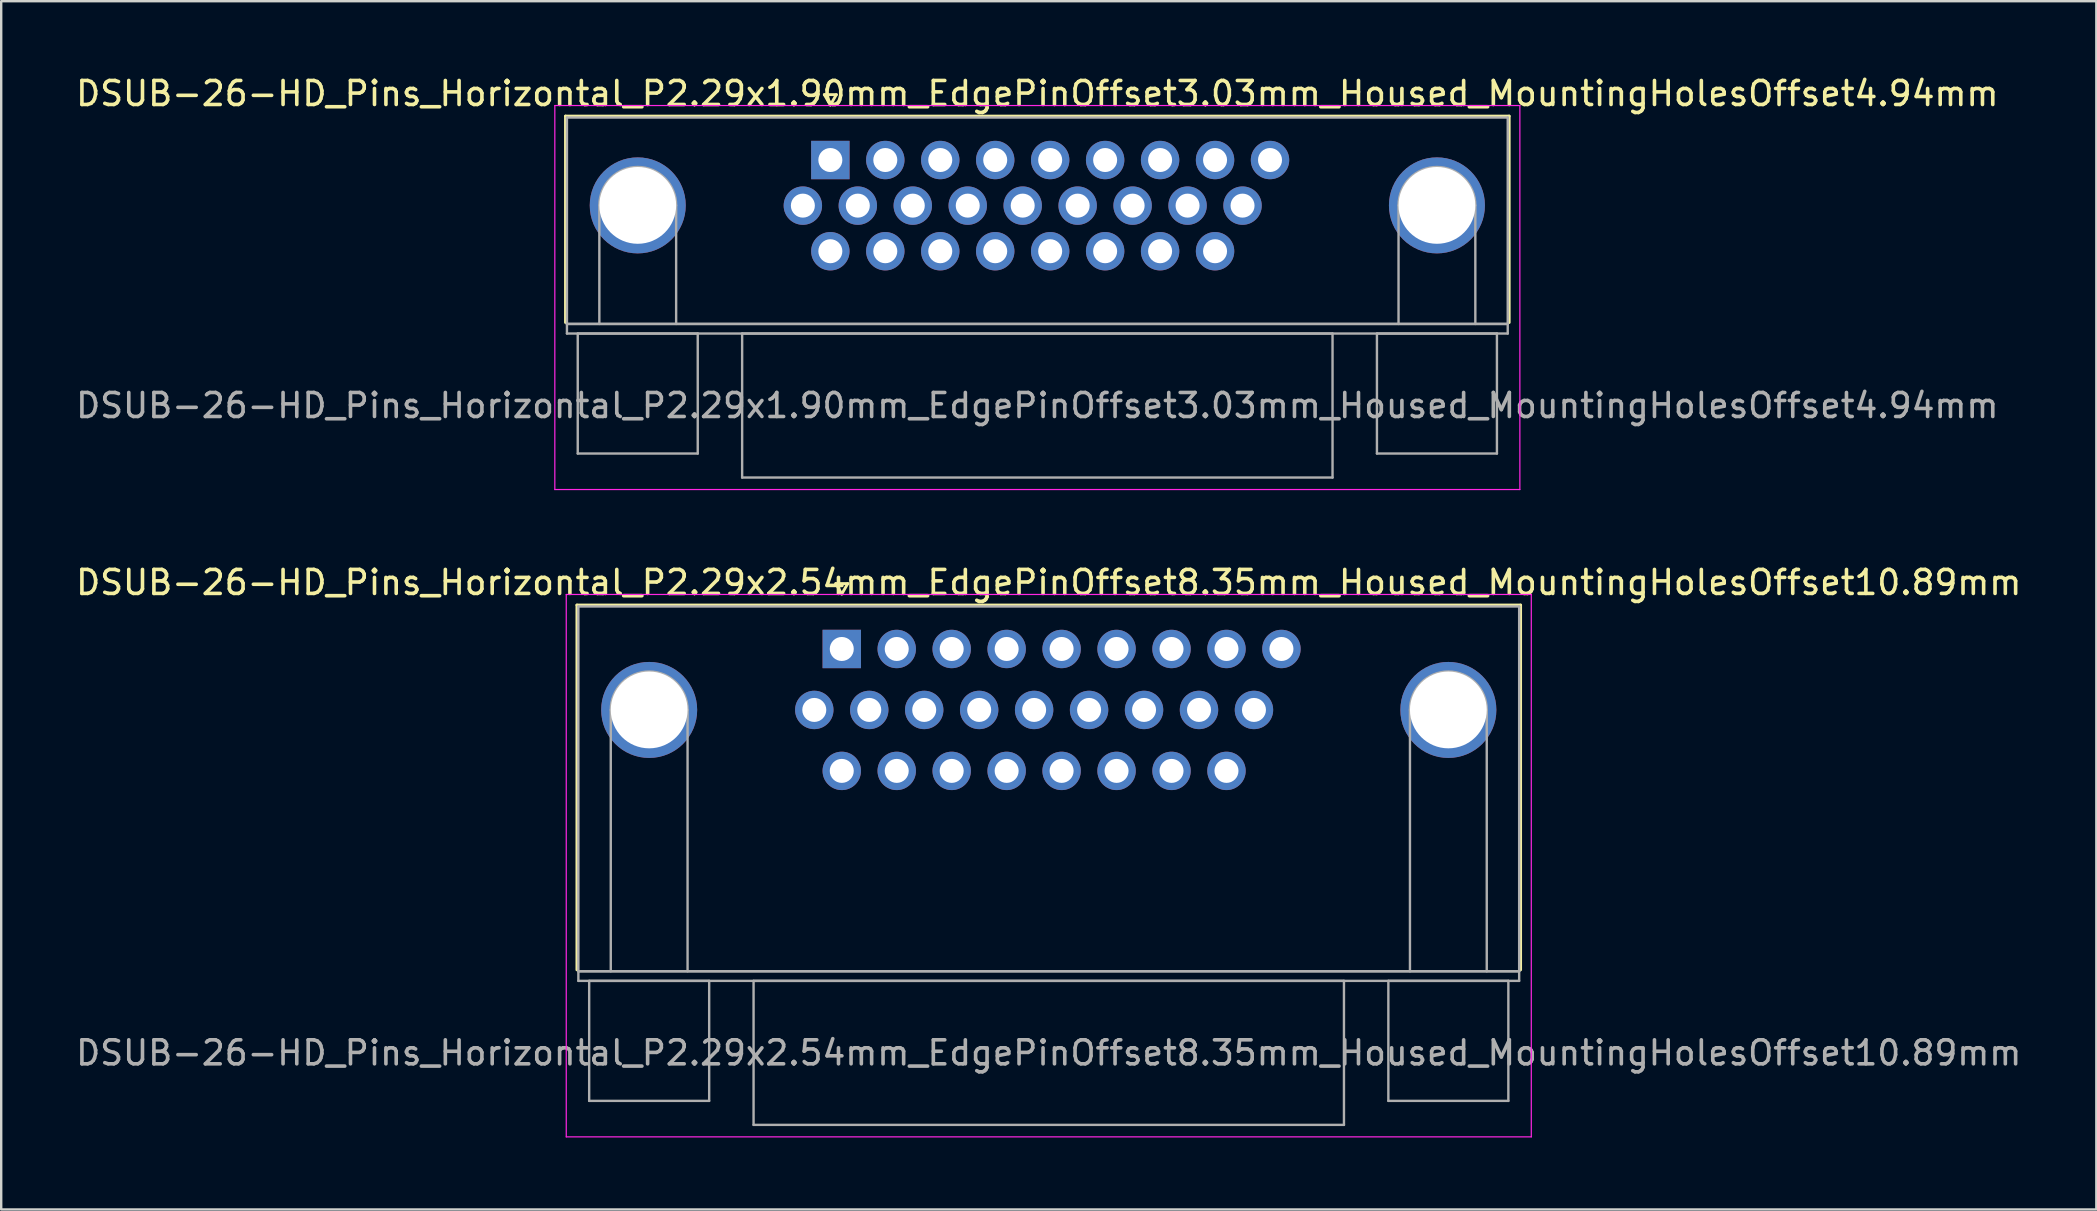
<source format=kicad_pcb>
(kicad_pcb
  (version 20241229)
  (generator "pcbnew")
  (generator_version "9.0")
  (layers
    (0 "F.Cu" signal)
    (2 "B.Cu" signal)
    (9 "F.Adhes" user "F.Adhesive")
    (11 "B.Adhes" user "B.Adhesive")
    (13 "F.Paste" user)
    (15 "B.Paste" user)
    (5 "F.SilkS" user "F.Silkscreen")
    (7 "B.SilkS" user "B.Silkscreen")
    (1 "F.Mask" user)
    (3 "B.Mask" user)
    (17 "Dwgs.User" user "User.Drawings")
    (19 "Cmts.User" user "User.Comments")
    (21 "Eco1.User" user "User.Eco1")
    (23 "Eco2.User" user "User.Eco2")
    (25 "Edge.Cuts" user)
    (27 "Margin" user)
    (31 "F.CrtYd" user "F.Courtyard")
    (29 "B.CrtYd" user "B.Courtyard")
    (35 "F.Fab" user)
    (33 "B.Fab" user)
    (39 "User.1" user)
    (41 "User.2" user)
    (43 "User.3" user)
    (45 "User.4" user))
  (footprint "DSUB-26-HD_Pins_Horizontal_P2.29x2.54mm_EdgePinOffset8.35mm_Housed_MountingHolesOffset10.89mm"
    (layer "F.Cu")
    (at 32.024 23.991)
    (property "Reference" "DSUB-26-HD_Pins_Horizontal_P2.29x2.54mm_EdgePinOffset8.35mm_Housed_MountingHolesOffset10.89mm" (at 8.625 -2.77 0) (layer "F.SilkS") (effects (font (size 1 1) (thickness 0.15))))
    (attr through_hole)
    (fp_line (start -11.035 -1.83) (end 28.285 -1.83) (stroke (width 0.12) (type solid)) (layer "F.SilkS"))
    (fp_line (start -11.035 13.37) (end -11.035 -1.83) (stroke (width 0.12) (type solid)) (layer "F.SilkS"))
    (fp_line (start -0.25 -2.724) (end 0.25 -2.724) (stroke (width 0.12) (type solid)) (layer "F.SilkS"))
    (fp_line (start 0 -2.291) (end -0.25 -2.724) (stroke (width 0.12) (type solid)) (layer "F.SilkS"))
    (fp_line (start 0.25 -2.724) (end 0 -2.291) (stroke (width 0.12) (type solid)) (layer "F.SilkS"))
    (fp_line (start 28.285 -1.83) (end 28.285 13.37) (stroke (width 0.12) (type solid)) (layer "F.SilkS"))
    (fp_line (start -11.48 -2.27) (end -11.48 20.33) (stroke (width 0.05) (type solid)) (layer "F.CrtYd"))
    (fp_line (start -11.48 20.33) (end 28.73 20.33) (stroke (width 0.05) (type solid)) (layer "F.CrtYd"))
    (fp_line (start 28.73 -2.27) (end -11.48 -2.27) (stroke (width 0.05) (type solid)) (layer "F.CrtYd"))
    (fp_line (start 28.73 20.33) (end 28.73 -2.27) (stroke (width 0.05) (type solid)) (layer "F.CrtYd"))
    (fp_line (start -10.975 -1.77) (end -10.975 13.43) (stroke (width 0.1) (type solid)) (layer "F.Fab"))
    (fp_line (start -10.975 13.43) (end -10.975 13.83) (stroke (width 0.1) (type solid)) (layer "F.Fab"))
    (fp_line (start -10.975 13.43) (end 28.225 13.43) (stroke (width 0.1) (type solid)) (layer "F.Fab"))
    (fp_line (start -10.975 13.83) (end 28.225 13.83) (stroke (width 0.1) (type solid)) (layer "F.Fab"))
    (fp_line (start -10.525 13.83) (end -10.525 18.83) (stroke (width 0.1) (type solid)) (layer "F.Fab"))
    (fp_line (start -10.525 18.83) (end -5.525 18.83) (stroke (width 0.1) (type solid)) (layer "F.Fab"))
    (fp_line (start -9.625 13.43) (end -9.625 2.54) (stroke (width 0.1) (type solid)) (layer "F.Fab"))
    (fp_line (start -6.425 13.43) (end -6.425 2.54) (stroke (width 0.1) (type solid)) (layer "F.Fab"))
    (fp_line (start -5.525 13.83) (end -10.525 13.83) (stroke (width 0.1) (type solid)) (layer "F.Fab"))
    (fp_line (start -5.525 18.83) (end -5.525 13.83) (stroke (width 0.1) (type solid)) (layer "F.Fab"))
    (fp_line (start -3.675 13.83) (end -3.675 19.83) (stroke (width 0.1) (type solid)) (layer "F.Fab"))
    (fp_line (start -3.675 19.83) (end 20.925 19.83) (stroke (width 0.1) (type solid)) (layer "F.Fab"))
    (fp_line (start 20.925 13.83) (end -3.675 13.83) (stroke (width 0.1) (type solid)) (layer "F.Fab"))
    (fp_line (start 20.925 19.83) (end 20.925 13.83) (stroke (width 0.1) (type solid)) (layer "F.Fab"))
    (fp_line (start 22.775 13.83) (end 22.775 18.83) (stroke (width 0.1) (type solid)) (layer "F.Fab"))
    (fp_line (start 22.775 18.83) (end 27.775 18.83) (stroke (width 0.1) (type solid)) (layer "F.Fab"))
    (fp_line (start 23.675 13.43) (end 23.675 2.54) (stroke (width 0.1) (type solid)) (layer "F.Fab"))
    (fp_line (start 26.875 13.43) (end 26.875 2.54) (stroke (width 0.1) (type solid)) (layer "F.Fab"))
    (fp_line (start 27.775 13.83) (end 22.775 13.83) (stroke (width 0.1) (type solid)) (layer "F.Fab"))
    (fp_line (start 27.775 18.83) (end 27.775 13.83) (stroke (width 0.1) (type solid)) (layer "F.Fab"))
    (fp_line (start 28.225 -1.77) (end -10.975 -1.77) (stroke (width 0.1) (type solid)) (layer "F.Fab"))
    (fp_line (start 28.225 13.43) (end -10.975 13.43) (stroke (width 0.1) (type solid)) (layer "F.Fab"))
    (fp_line (start 28.225 13.43) (end 28.225 -1.77) (stroke (width 0.1) (type solid)) (layer "F.Fab"))
    (fp_line (start 28.225 13.83) (end 28.225 13.43) (stroke (width 0.1) (type solid)) (layer "F.Fab"))
    (fp_arc (start -9.625 2.54) (mid -8.025 0.94) (end -6.425 2.54) (stroke (width 0.1) (type solid)) (layer "F.Fab"))
    (fp_arc (start 23.675 2.54) (mid 25.275 0.94) (end 26.875 2.54) (stroke (width 0.1) (type solid)) (layer "F.Fab"))
    (fp_text user "${REFERENCE}" (at 8.625 16.83 0) (layer "F.Fab") (effects (font (size 1 1) (thickness 0.15))))
    (pad "0" thru_hole circle (at -8.025 2.54) (size 4 4) (drill 3.2) (layers "*.Cu" "*.Mask"))
    (pad "0" thru_hole circle (at 25.275 2.54) (size 4 4) (drill 3.2) (layers "*.Cu" "*.Mask"))
    (pad "1" thru_hole rect (at 0 0) (size 1.6 1.6) (drill 1) (layers "*.Cu" "*.Mask"))
    (pad "2" thru_hole circle (at 2.29 0) (size 1.6 1.6) (drill 1) (layers "*.Cu" "*.Mask"))
    (pad "3" thru_hole circle (at 4.58 0) (size 1.6 1.6) (drill 1) (layers "*.Cu" "*.Mask"))
    (pad "4" thru_hole circle (at 6.87 0) (size 1.6 1.6) (drill 1) (layers "*.Cu" "*.Mask"))
    (pad "5" thru_hole circle (at 9.16 0) (size 1.6 1.6) (drill 1) (layers "*.Cu" "*.Mask"))
    (pad "6" thru_hole circle (at 11.45 0) (size 1.6 1.6) (drill 1) (layers "*.Cu" "*.Mask"))
    (pad "7" thru_hole circle (at 13.74 0) (size 1.6 1.6) (drill 1) (layers "*.Cu" "*.Mask"))
    (pad "8" thru_hole circle (at 16.03 0) (size 1.6 1.6) (drill 1) (layers "*.Cu" "*.Mask"))
    (pad "9" thru_hole circle (at 18.32 0) (size 1.6 1.6) (drill 1) (layers "*.Cu" "*.Mask"))
    (pad "10" thru_hole circle (at -1.145 2.54) (size 1.6 1.6) (drill 1) (layers "*.Cu" "*.Mask"))
    (pad "11" thru_hole circle (at 1.145 2.54) (size 1.6 1.6) (drill 1) (layers "*.Cu" "*.Mask"))
    (pad "12" thru_hole circle (at 3.435 2.54) (size 1.6 1.6) (drill 1) (layers "*.Cu" "*.Mask"))
    (pad "13" thru_hole circle (at 5.725 2.54) (size 1.6 1.6) (drill 1) (layers "*.Cu" "*.Mask"))
    (pad "14" thru_hole circle (at 8.015 2.54) (size 1.6 1.6) (drill 1) (layers "*.Cu" "*.Mask"))
    (pad "15" thru_hole circle (at 10.305 2.54) (size 1.6 1.6) (drill 1) (layers "*.Cu" "*.Mask"))
    (pad "16" thru_hole circle (at 12.595 2.54) (size 1.6 1.6) (drill 1) (layers "*.Cu" "*.Mask"))
    (pad "17" thru_hole circle (at 14.885 2.54) (size 1.6 1.6) (drill 1) (layers "*.Cu" "*.Mask"))
    (pad "18" thru_hole circle (at 17.175 2.54) (size 1.6 1.6) (drill 1) (layers "*.Cu" "*.Mask"))
    (pad "19" thru_hole circle (at 0 5.08) (size 1.6 1.6) (drill 1) (layers "*.Cu" "*.Mask"))
    (pad "20" thru_hole circle (at 2.29 5.08) (size 1.6 1.6) (drill 1) (layers "*.Cu" "*.Mask"))
    (pad "21" thru_hole circle (at 4.58 5.08) (size 1.6 1.6) (drill 1) (layers "*.Cu" "*.Mask"))
    (pad "22" thru_hole circle (at 6.87 5.08) (size 1.6 1.6) (drill 1) (layers "*.Cu" "*.Mask"))
    (pad "23" thru_hole circle (at 9.16 5.08) (size 1.6 1.6) (drill 1) (layers "*.Cu" "*.Mask"))
    (pad "24" thru_hole circle (at 11.45 5.08) (size 1.6 1.6) (drill 1) (layers "*.Cu" "*.Mask"))
    (pad "25" thru_hole circle (at 13.74 5.08) (size 1.6 1.6) (drill 1) (layers "*.Cu" "*.Mask"))
    (pad "26" thru_hole circle (at 16.03 5.08) (size 1.6 1.6) (drill 1) (layers "*.Cu" "*.Mask")))
  (footprint "DSUB-26-HD_Pins_Horizontal_P2.29x1.90mm_EdgePinOffset3.03mm_Housed_MountingHolesOffset4.94mm"
    (layer "F.Cu")
    (at 31.548 3.618)
    (property "Reference" "DSUB-26-HD_Pins_Horizontal_P2.29x1.90mm_EdgePinOffset3.03mm_Housed_MountingHolesOffset4.94mm" (at 8.625 -2.77 0) (layer "F.SilkS") (effects (font (size 1 1) (thickness 0.15))))
    (attr through_hole)
    (fp_line (start -11.035 -1.83) (end 28.285 -1.83) (stroke (width 0.12) (type solid)) (layer "F.SilkS"))
    (fp_line (start -11.035 6.77) (end -11.035 -1.83) (stroke (width 0.12) (type solid)) (layer "F.SilkS"))
    (fp_line (start -0.25 -2.724) (end 0.25 -2.724) (stroke (width 0.12) (type solid)) (layer "F.SilkS"))
    (fp_line (start 0 -2.291) (end -0.25 -2.724) (stroke (width 0.12) (type solid)) (layer "F.SilkS"))
    (fp_line (start 0.25 -2.724) (end 0 -2.291) (stroke (width 0.12) (type solid)) (layer "F.SilkS"))
    (fp_line (start 28.285 -1.83) (end 28.285 6.77) (stroke (width 0.12) (type solid)) (layer "F.SilkS"))
    (fp_line (start -11.48 -2.27) (end -11.48 13.73) (stroke (width 0.05) (type solid)) (layer "F.CrtYd"))
    (fp_line (start -11.48 13.73) (end 28.73 13.73) (stroke (width 0.05) (type solid)) (layer "F.CrtYd"))
    (fp_line (start 28.73 -2.27) (end -11.48 -2.27) (stroke (width 0.05) (type solid)) (layer "F.CrtYd"))
    (fp_line (start 28.73 13.73) (end 28.73 -2.27) (stroke (width 0.05) (type solid)) (layer "F.CrtYd"))
    (fp_line (start -10.975 -1.77) (end -10.975 6.83) (stroke (width 0.1) (type solid)) (layer "F.Fab"))
    (fp_line (start -10.975 6.83) (end -10.975 7.23) (stroke (width 0.1) (type solid)) (layer "F.Fab"))
    (fp_line (start -10.975 6.83) (end 28.225 6.83) (stroke (width 0.1) (type solid)) (layer "F.Fab"))
    (fp_line (start -10.975 7.23) (end 28.225 7.23) (stroke (width 0.1) (type solid)) (layer "F.Fab"))
    (fp_line (start -10.525 7.23) (end -10.525 12.23) (stroke (width 0.1) (type solid)) (layer "F.Fab"))
    (fp_line (start -10.525 12.23) (end -5.525 12.23) (stroke (width 0.1) (type solid)) (layer "F.Fab"))
    (fp_line (start -9.625 6.83) (end -9.625 1.89) (stroke (width 0.1) (type solid)) (layer "F.Fab"))
    (fp_line (start -6.425 6.83) (end -6.425 1.89) (stroke (width 0.1) (type solid)) (layer "F.Fab"))
    (fp_line (start -5.525 7.23) (end -10.525 7.23) (stroke (width 0.1) (type solid)) (layer "F.Fab"))
    (fp_line (start -5.525 12.23) (end -5.525 7.23) (stroke (width 0.1) (type solid)) (layer "F.Fab"))
    (fp_line (start -3.675 7.23) (end -3.675 13.23) (stroke (width 0.1) (type solid)) (layer "F.Fab"))
    (fp_line (start -3.675 13.23) (end 20.925 13.23) (stroke (width 0.1) (type solid)) (layer "F.Fab"))
    (fp_line (start 20.925 7.23) (end -3.675 7.23) (stroke (width 0.1) (type solid)) (layer "F.Fab"))
    (fp_line (start 20.925 13.23) (end 20.925 7.23) (stroke (width 0.1) (type solid)) (layer "F.Fab"))
    (fp_line (start 22.775 7.23) (end 22.775 12.23) (stroke (width 0.1) (type solid)) (layer "F.Fab"))
    (fp_line (start 22.775 12.23) (end 27.775 12.23) (stroke (width 0.1) (type solid)) (layer "F.Fab"))
    (fp_line (start 23.675 6.83) (end 23.675 1.89) (stroke (width 0.1) (type solid)) (layer "F.Fab"))
    (fp_line (start 26.875 6.83) (end 26.875 1.89) (stroke (width 0.1) (type solid)) (layer "F.Fab"))
    (fp_line (start 27.775 7.23) (end 22.775 7.23) (stroke (width 0.1) (type solid)) (layer "F.Fab"))
    (fp_line (start 27.775 12.23) (end 27.775 7.23) (stroke (width 0.1) (type solid)) (layer "F.Fab"))
    (fp_line (start 28.225 -1.77) (end -10.975 -1.77) (stroke (width 0.1) (type solid)) (layer "F.Fab"))
    (fp_line (start 28.225 6.83) (end -10.975 6.83) (stroke (width 0.1) (type solid)) (layer "F.Fab"))
    (fp_line (start 28.225 6.83) (end 28.225 -1.77) (stroke (width 0.1) (type solid)) (layer "F.Fab"))
    (fp_line (start 28.225 7.23) (end 28.225 6.83) (stroke (width 0.1) (type solid)) (layer "F.Fab"))
    (fp_arc (start -9.625 1.89) (mid -8.025 0.29) (end -6.425 1.89) (stroke (width 0.1) (type solid)) (layer "F.Fab"))
    (fp_arc (start 23.675 1.89) (mid 25.275 0.29) (end 26.875 1.89) (stroke (width 0.1) (type solid)) (layer "F.Fab"))
    (fp_text user "${REFERENCE}" (at 8.625 10.23 0) (layer "F.Fab") (effects (font (size 1 1) (thickness 0.15))))
    (pad "0" thru_hole circle (at -8.025 1.89) (size 4 4) (drill 3.2) (layers "*.Cu" "*.Mask"))
    (pad "0" thru_hole circle (at 25.275 1.89) (size 4 4) (drill 3.2) (layers "*.Cu" "*.Mask"))
    (pad "1" thru_hole rect (at 0 0) (size 1.6 1.6) (drill 1) (layers "*.Cu" "*.Mask"))
    (pad "2" thru_hole circle (at 2.29 0) (size 1.6 1.6) (drill 1) (layers "*.Cu" "*.Mask"))
    (pad "3" thru_hole circle (at 4.58 0) (size 1.6 1.6) (drill 1) (layers "*.Cu" "*.Mask"))
    (pad "4" thru_hole circle (at 6.87 0) (size 1.6 1.6) (drill 1) (layers "*.Cu" "*.Mask"))
    (pad "5" thru_hole circle (at 9.16 0) (size 1.6 1.6) (drill 1) (layers "*.Cu" "*.Mask"))
    (pad "6" thru_hole circle (at 11.45 0) (size 1.6 1.6) (drill 1) (layers "*.Cu" "*.Mask"))
    (pad "7" thru_hole circle (at 13.74 0) (size 1.6 1.6) (drill 1) (layers "*.Cu" "*.Mask"))
    (pad "8" thru_hole circle (at 16.03 0) (size 1.6 1.6) (drill 1) (layers "*.Cu" "*.Mask"))
    (pad "9" thru_hole circle (at 18.32 0) (size 1.6 1.6) (drill 1) (layers "*.Cu" "*.Mask"))
    (pad "10" thru_hole circle (at -1.145 1.9) (size 1.6 1.6) (drill 1) (layers "*.Cu" "*.Mask"))
    (pad "11" thru_hole circle (at 1.145 1.9) (size 1.6 1.6) (drill 1) (layers "*.Cu" "*.Mask"))
    (pad "12" thru_hole circle (at 3.435 1.9) (size 1.6 1.6) (drill 1) (layers "*.Cu" "*.Mask"))
    (pad "13" thru_hole circle (at 5.725 1.9) (size 1.6 1.6) (drill 1) (layers "*.Cu" "*.Mask"))
    (pad "14" thru_hole circle (at 8.015 1.9) (size 1.6 1.6) (drill 1) (layers "*.Cu" "*.Mask"))
    (pad "15" thru_hole circle (at 10.305 1.9) (size 1.6 1.6) (drill 1) (layers "*.Cu" "*.Mask"))
    (pad "16" thru_hole circle (at 12.595 1.9) (size 1.6 1.6) (drill 1) (layers "*.Cu" "*.Mask"))
    (pad "17" thru_hole circle (at 14.885 1.9) (size 1.6 1.6) (drill 1) (layers "*.Cu" "*.Mask"))
    (pad "18" thru_hole circle (at 17.175 1.9) (size 1.6 1.6) (drill 1) (layers "*.Cu" "*.Mask"))
    (pad "19" thru_hole circle (at 0 3.8) (size 1.6 1.6) (drill 1) (layers "*.Cu" "*.Mask"))
    (pad "20" thru_hole circle (at 2.29 3.8) (size 1.6 1.6) (drill 1) (layers "*.Cu" "*.Mask"))
    (pad "21" thru_hole circle (at 4.58 3.8) (size 1.6 1.6) (drill 1) (layers "*.Cu" "*.Mask"))
    (pad "22" thru_hole circle (at 6.87 3.8) (size 1.6 1.6) (drill 1) (layers "*.Cu" "*.Mask"))
    (pad "23" thru_hole circle (at 9.16 3.8) (size 1.6 1.6) (drill 1) (layers "*.Cu" "*.Mask"))
    (pad "24" thru_hole circle (at 11.45 3.8) (size 1.6 1.6) (drill 1) (layers "*.Cu" "*.Mask"))
    (pad "25" thru_hole circle (at 13.74 3.8) (size 1.6 1.6) (drill 1) (layers "*.Cu" "*.Mask"))
    (pad "26" thru_hole circle (at 16.03 3.8) (size 1.6 1.6) (drill 1) (layers "*.Cu" "*.Mask")))
  (gr_rect
    (start -3 -3)
    (end 84.298 47.346)
    (stroke (width 0.1) (type default))
    (fill no)
    (layer "Edge.Cuts")))
</source>
